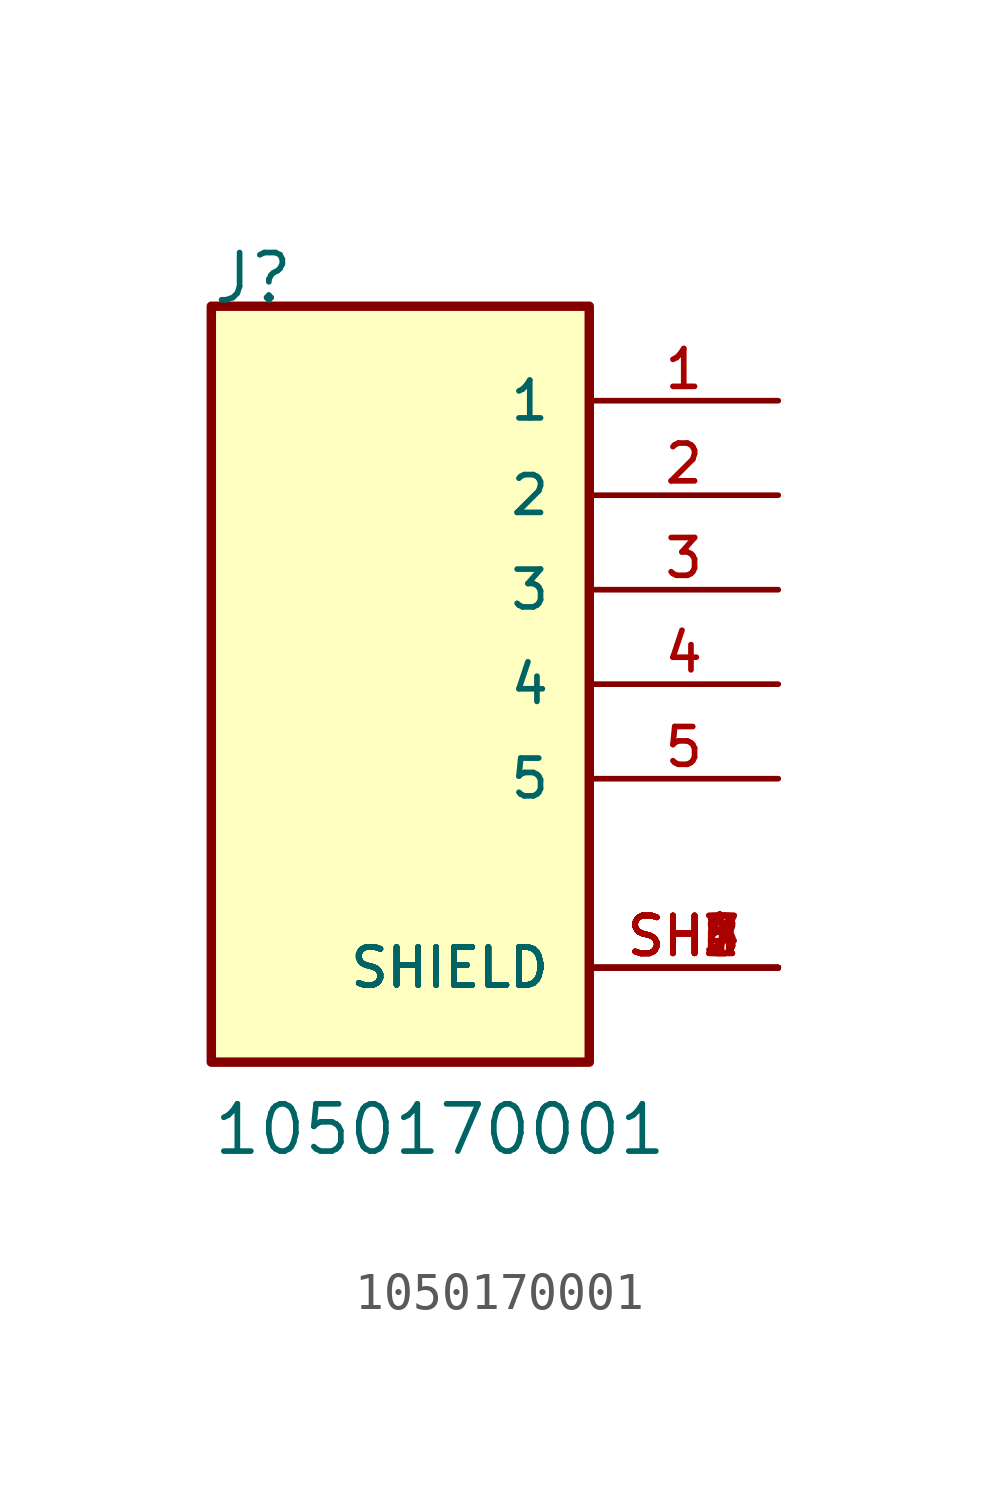
<source format=kicad_sym>
(kicad_symbol_lib
  (version 20211014)
  (generator kicad_symbol_editor)
  (symbol "1050170001"
    (pin_names
      (offset 1.016))
    (property "Reference" "J"
      (at -5.085 10.17 0)
      (effects (font (size 1.27 1.27)) (justify bottom left)))
    (property "Value" "1050170001"
      (at -5.085 -12.714 0)
      (effects (font (size 1.27 1.27)) (justify bottom left)))
    (symbol "1050170001_0_0"
      (rectangle (start -5.08 -10.16) (end 5.08 10.16) (stroke (width 0.254)) (fill (type background)))
      (pin passive line (at 10.16 7.62 180.0) (length 5.08) (name "1" (effects (font (size 1.016 1.016)))) (number "1" (effects (font (size 1.016 1.016)))))
      (pin passive line (at 10.16 5.08 180.0) (length 5.08) (name "2" (effects (font (size 1.016 1.016)))) (number "2" (effects (font (size 1.016 1.016)))))
      (pin passive line (at 10.16 2.54 180.0) (length 5.08) (name "3" (effects (font (size 1.016 1.016)))) (number "3" (effects (font (size 1.016 1.016)))))
      (pin passive line (at 10.16 0.0 180.0) (length 5.08) (name "4" (effects (font (size 1.016 1.016)))) (number "4" (effects (font (size 1.016 1.016)))))
      (pin passive line (at 10.16 -2.54 180.0) (length 5.08) (name "5" (effects (font (size 1.016 1.016)))) (number "5" (effects (font (size 1.016 1.016)))))
      (pin passive line (at 10.16 -7.62 180.0) (length 5.08) (name "SHIELD" (effects (font (size 1.016 1.016)))) (number "SH1" (effects (font (size 1.016 1.016)))))
      (pin passive line (at 10.16 -7.62 180.0) (length 5.08) (name "SHIELD" (effects (font (size 1.016 1.016)))) (number "SH2" (effects (font (size 1.016 1.016)))))
      (pin passive line (at 10.16 -7.62 180.0) (length 5.08) (name "SHIELD" (effects (font (size 1.016 1.016)))) (number "SH3" (effects (font (size 1.016 1.016)))))
      (pin passive line (at 10.16 -7.62 180.0) (length 5.08) (name "SHIELD" (effects (font (size 1.016 1.016)))) (number "SH4" (effects (font (size 1.016 1.016)))))
      (pin passive line (at 10.16 -7.62 180.0) (length 5.08) (name "SHIELD" (effects (font (size 1.016 1.016)))) (number "SH5" (effects (font (size 1.016 1.016)))))
      (pin passive line (at 10.16 -7.62 180.0) (length 5.08) (name "SHIELD" (effects (font (size 1.016 1.016)))) (number "SH6" (effects (font (size 1.016 1.016)))))
      (pin passive line (at 10.16 -7.62 180.0) (length 5.08) (name "SHIELD" (effects (font (size 1.016 1.016)))) (number "SH7" (effects (font (size 1.016 1.016)))))
      (pin passive line (at 10.16 -7.62 180.0) (length 5.08) (name "SHIELD" (effects (font (size 1.016 1.016)))) (number "SH8" (effects (font (size 1.016 1.016))))))))
</source>
